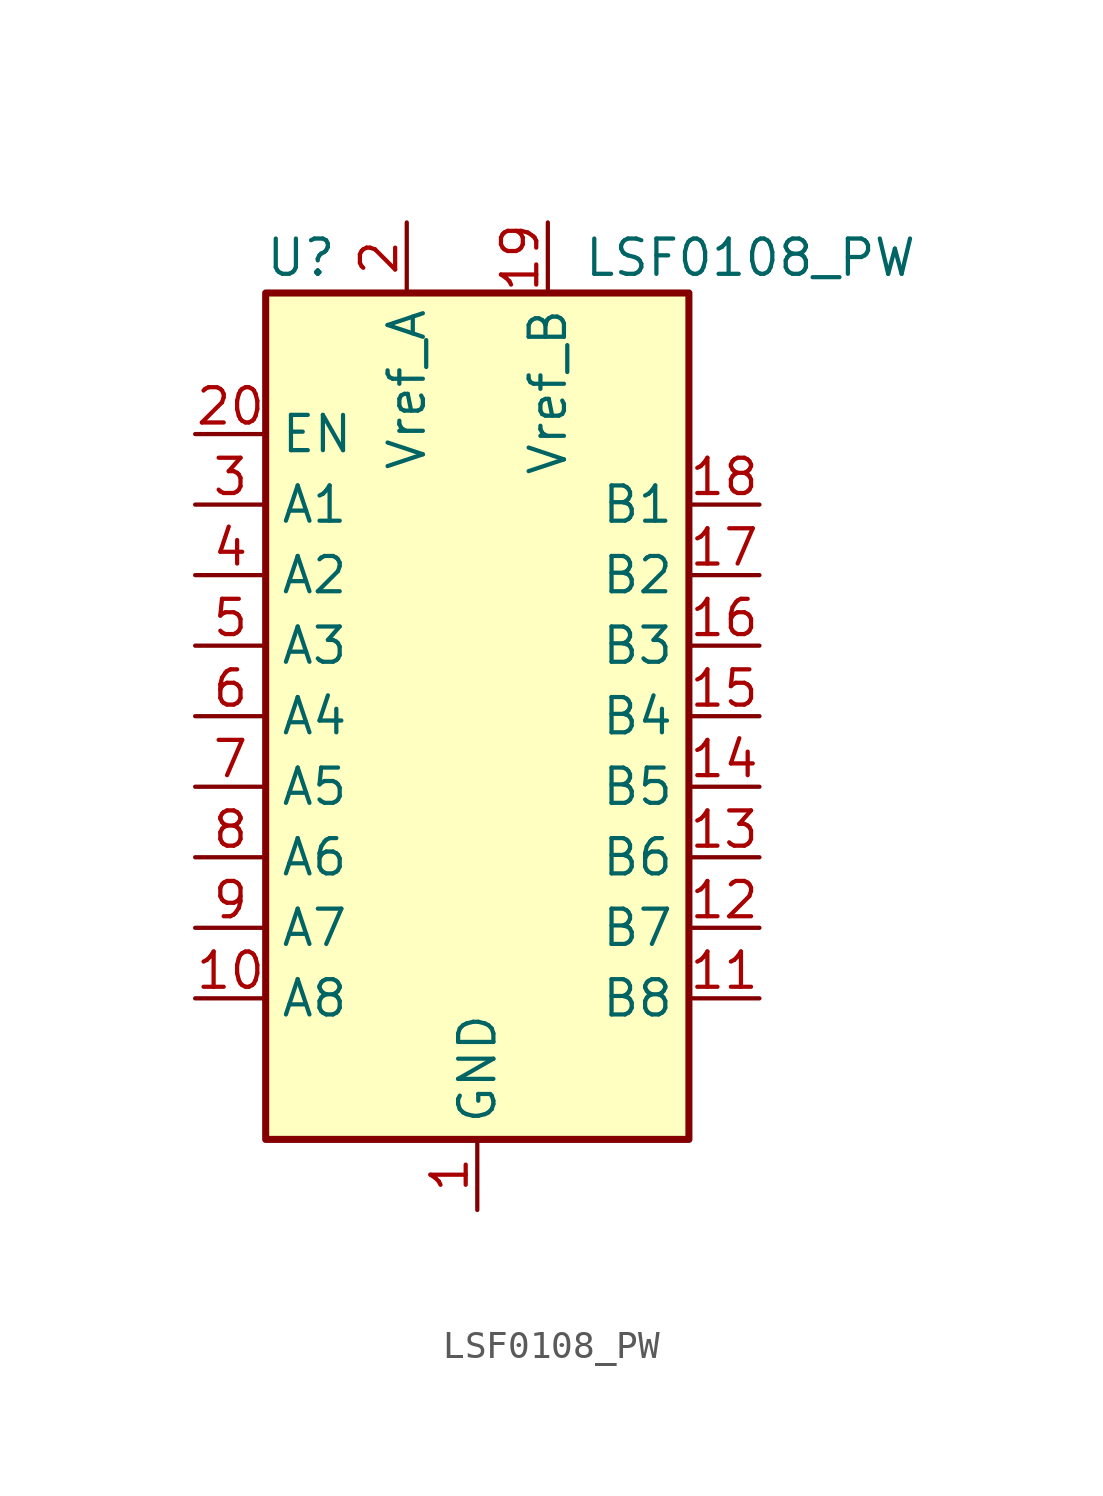
<source format=kicad_sym>
(kicad_symbol_lib
  (version 20211014)
  (generator kicad_symbol_editor)
  (symbol "LSF0108_PW"
    (property "Reference" "U"
      (at -6.35 16.51 0)
      (effects (font (size 1.27 1.27))))
    (property "Value" "LSF0108_PW"
      (at 3.81 16.51 0)
      (effects (font (size 1.27 1.27)) (justify left)))
    (symbol "LSF0108_PW_0_1"
      (rectangle (start -7.62 15.24) (end 7.62 -15.24) (stroke (width 0.254) (type default) (color 0 0 0 0)) (fill (type background))))
    (symbol "LSF0108_PW_1_1"
      (pin power_in line (at 0 -17.78 90) (length 2.54) (name "GND" (effects (font (size 1.27 1.27)))) (number "1" (effects (font (size 1.27 1.27)))))
      (pin bidirectional line (at -10.16 -10.16 0) (length 2.54) (name "A8" (effects (font (size 1.27 1.27)))) (number "10" (effects (font (size 1.27 1.27)))))
      (pin bidirectional line (at 10.16 -10.16 180) (length 2.54) (name "B8" (effects (font (size 1.27 1.27)))) (number "11" (effects (font (size 1.27 1.27)))))
      (pin bidirectional line (at 10.16 -7.62 180) (length 2.54) (name "B7" (effects (font (size 1.27 1.27)))) (number "12" (effects (font (size 1.27 1.27)))))
      (pin bidirectional line (at 10.16 -5.08 180) (length 2.54) (name "B6" (effects (font (size 1.27 1.27)))) (number "13" (effects (font (size 1.27 1.27)))))
      (pin bidirectional line (at 10.16 -2.54 180) (length 2.54) (name "B5" (effects (font (size 1.27 1.27)))) (number "14" (effects (font (size 1.27 1.27)))))
      (pin bidirectional line (at 10.16 0 180) (length 2.54) (name "B4" (effects (font (size 1.27 1.27)))) (number "15" (effects (font (size 1.27 1.27)))))
      (pin bidirectional line (at 10.16 2.54 180) (length 2.54) (name "B3" (effects (font (size 1.27 1.27)))) (number "16" (effects (font (size 1.27 1.27)))))
      (pin bidirectional line (at 10.16 5.08 180) (length 2.54) (name "B2" (effects (font (size 1.27 1.27)))) (number "17" (effects (font (size 1.27 1.27)))))
      (pin bidirectional line (at 10.16 7.62 180) (length 2.54) (name "B1" (effects (font (size 1.27 1.27)))) (number "18" (effects (font (size 1.27 1.27)))))
      (pin power_in line (at 2.54 17.78 270) (length 2.54) (name "Vref_B" (effects (font (size 1.27 1.27)))) (number "19" (effects (font (size 1.27 1.27)))))
      (pin power_in line (at -2.54 17.78 270) (length 2.54) (name "Vref_A" (effects (font (size 1.27 1.27)))) (number "2" (effects (font (size 1.27 1.27)))))
      (pin input line (at -10.16 10.16 0) (length 2.54) (name "EN" (effects (font (size 1.27 1.27)))) (number "20" (effects (font (size 1.27 1.27)))))
      (pin bidirectional line (at -10.16 7.62 0) (length 2.54) (name "A1" (effects (font (size 1.27 1.27)))) (number "3" (effects (font (size 1.27 1.27)))))
      (pin bidirectional line (at -10.16 5.08 0) (length 2.54) (name "A2" (effects (font (size 1.27 1.27)))) (number "4" (effects (font (size 1.27 1.27)))))
      (pin bidirectional line (at -10.16 2.54 0) (length 2.54) (name "A3" (effects (font (size 1.27 1.27)))) (number "5" (effects (font (size 1.27 1.27)))))
      (pin bidirectional line (at -10.16 0 0) (length 2.54) (name "A4" (effects (font (size 1.27 1.27)))) (number "6" (effects (font (size 1.27 1.27)))))
      (pin bidirectional line (at -10.16 -2.54 0) (length 2.54) (name "A5" (effects (font (size 1.27 1.27)))) (number "7" (effects (font (size 1.27 1.27)))))
      (pin bidirectional line (at -10.16 -5.08 0) (length 2.54) (name "A6" (effects (font (size 1.27 1.27)))) (number "8" (effects (font (size 1.27 1.27)))))
      (pin bidirectional line (at -10.16 -7.62 0) (length 2.54) (name "A7" (effects (font (size 1.27 1.27)))) (number "9" (effects (font (size 1.27 1.27))))))))
</source>
